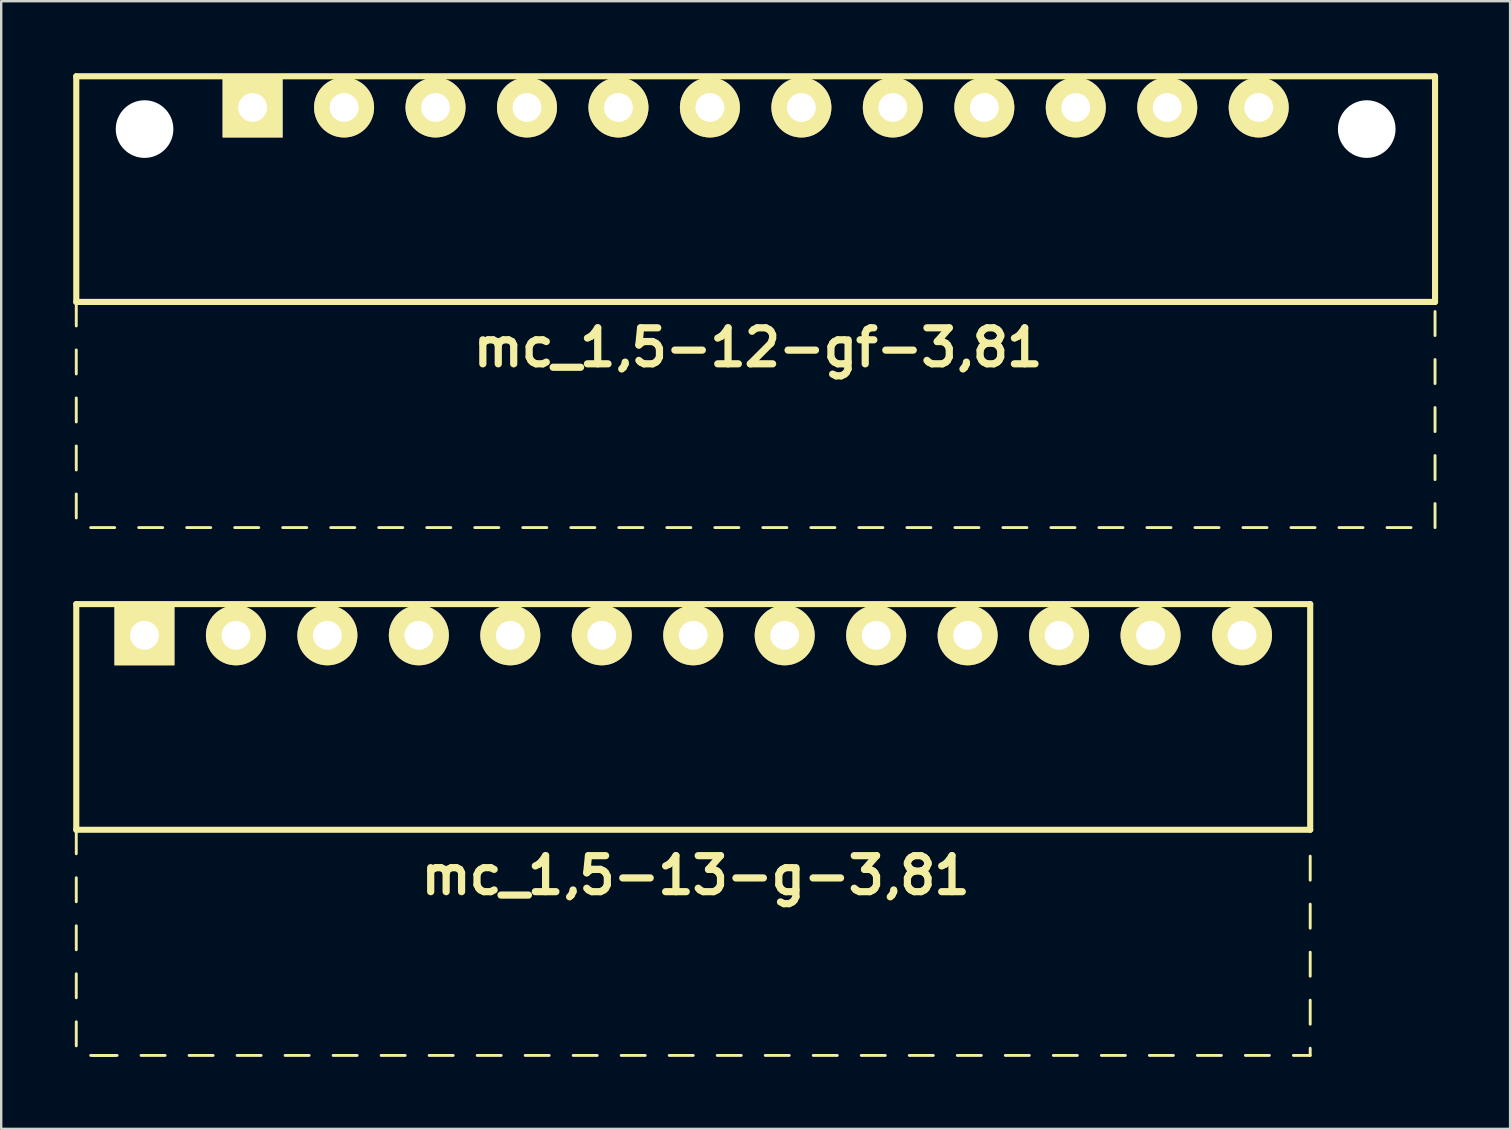
<source format=kicad_pcb>
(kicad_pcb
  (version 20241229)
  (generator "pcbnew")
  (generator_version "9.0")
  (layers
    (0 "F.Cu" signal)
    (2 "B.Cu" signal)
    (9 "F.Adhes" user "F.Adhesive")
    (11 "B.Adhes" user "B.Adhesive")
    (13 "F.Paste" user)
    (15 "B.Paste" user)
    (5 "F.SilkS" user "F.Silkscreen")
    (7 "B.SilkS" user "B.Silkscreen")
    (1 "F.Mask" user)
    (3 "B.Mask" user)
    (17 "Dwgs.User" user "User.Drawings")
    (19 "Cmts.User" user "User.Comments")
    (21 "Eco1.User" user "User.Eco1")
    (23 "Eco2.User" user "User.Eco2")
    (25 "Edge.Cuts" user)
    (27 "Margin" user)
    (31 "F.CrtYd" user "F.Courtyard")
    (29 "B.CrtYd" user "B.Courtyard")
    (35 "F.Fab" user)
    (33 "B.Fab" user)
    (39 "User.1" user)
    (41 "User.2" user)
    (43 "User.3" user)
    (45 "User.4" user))
  (footprint "mc_1,5-12-gf-3,81"
    (layer "F.Cu")
    (at 28.427 1.427)
    (property "Reference" "mc_1,5-12-gf-3,81" (at 0.1 10 0) (layer "F.SilkS") (effects (font (size 1.5 1.5) (thickness 0.3))))
    (attr through_hole)
    (fp_line (start -28.3 -1.3) (end -28.3 8.1) (stroke (width 0.254) (type solid)) (layer "F.SilkS"))
    (fp_line (start -28.3 -1.3) (end 28.3 -1.3) (stroke (width 0.254) (type solid)) (layer "F.SilkS"))
    (fp_line (start -28.3 8.1) (end -28.3 9.1) (stroke (width 0.12) (type solid)) (layer "F.SilkS"))
    (fp_line (start -28.3 8.1) (end 28.3 8.1) (stroke (width 0.254) (type solid)) (layer "F.SilkS"))
    (fp_line (start -28.3 10.1) (end -28.3 11.1) (stroke (width 0.12) (type solid)) (layer "F.SilkS"))
    (fp_line (start -28.3 12.1) (end -28.3 13.1) (stroke (width 0.12) (type solid)) (layer "F.SilkS"))
    (fp_line (start -28.3 14.1) (end -28.3 15.1) (stroke (width 0.12) (type solid)) (layer "F.SilkS"))
    (fp_line (start -28.3 16.1) (end -28.3 17.1) (stroke (width 0.12) (type solid)) (layer "F.SilkS"))
    (fp_line (start -27.7 17.5) (end -26.7 17.5) (stroke (width 0.12) (type solid)) (layer "F.SilkS"))
    (fp_line (start -25.7 17.5) (end -24.7 17.5) (stroke (width 0.12) (type solid)) (layer "F.SilkS"))
    (fp_line (start -23.7 17.5) (end -22.7 17.5) (stroke (width 0.12) (type solid)) (layer "F.SilkS"))
    (fp_line (start -21.7 17.5) (end -20.7 17.5) (stroke (width 0.12) (type solid)) (layer "F.SilkS"))
    (fp_line (start -19.7 17.5) (end -18.7 17.5) (stroke (width 0.12) (type solid)) (layer "F.SilkS"))
    (fp_line (start -17.7 17.5) (end -16.7 17.5) (stroke (width 0.12) (type solid)) (layer "F.SilkS"))
    (fp_line (start -15.7 17.5) (end -14.7 17.5) (stroke (width 0.12) (type solid)) (layer "F.SilkS"))
    (fp_line (start -13.7 17.5) (end -12.7 17.5) (stroke (width 0.12) (type solid)) (layer "F.SilkS"))
    (fp_line (start -11.7 17.5) (end -10.7 17.5) (stroke (width 0.12) (type solid)) (layer "F.SilkS"))
    (fp_line (start -9.7 17.5) (end -8.7 17.5) (stroke (width 0.12) (type solid)) (layer "F.SilkS"))
    (fp_line (start -7.7 17.5) (end -6.7 17.5) (stroke (width 0.12) (type solid)) (layer "F.SilkS"))
    (fp_line (start -5.7 17.5) (end -4.7 17.5) (stroke (width 0.12) (type solid)) (layer "F.SilkS"))
    (fp_line (start -3.7 17.5) (end -2.7 17.5) (stroke (width 0.12) (type solid)) (layer "F.SilkS"))
    (fp_line (start -1.7 17.5) (end -0.7 17.5) (stroke (width 0.12) (type solid)) (layer "F.SilkS"))
    (fp_line (start 0.3 17.5) (end 1.3 17.5) (stroke (width 0.12) (type solid)) (layer "F.SilkS"))
    (fp_line (start 2.3 17.5) (end 3.3 17.5) (stroke (width 0.12) (type solid)) (layer "F.SilkS"))
    (fp_line (start 4.3 17.5) (end 5.3 17.5) (stroke (width 0.12) (type solid)) (layer "F.SilkS"))
    (fp_line (start 6.3 17.5) (end 7.3 17.5) (stroke (width 0.12) (type solid)) (layer "F.SilkS"))
    (fp_line (start 8.3 17.5) (end 9.3 17.5) (stroke (width 0.12) (type solid)) (layer "F.SilkS"))
    (fp_line (start 10.3 17.5) (end 11.3 17.5) (stroke (width 0.12) (type solid)) (layer "F.SilkS"))
    (fp_line (start 12.3 17.5) (end 13.3 17.5) (stroke (width 0.12) (type solid)) (layer "F.SilkS"))
    (fp_line (start 14.3 17.5) (end 15.3 17.5) (stroke (width 0.12) (type solid)) (layer "F.SilkS"))
    (fp_line (start 16.3 17.5) (end 17.3 17.5) (stroke (width 0.12) (type solid)) (layer "F.SilkS"))
    (fp_line (start 18.3 17.5) (end 19.3 17.5) (stroke (width 0.12) (type solid)) (layer "F.SilkS"))
    (fp_line (start 20.3 17.5) (end 21.3 17.5) (stroke (width 0.12) (type solid)) (layer "F.SilkS"))
    (fp_line (start 22.3 17.5) (end 23.3 17.5) (stroke (width 0.12) (type solid)) (layer "F.SilkS"))
    (fp_line (start 24.3 17.5) (end 25.3 17.5) (stroke (width 0.12) (type solid)) (layer "F.SilkS"))
    (fp_line (start 26.3 17.5) (end 27.3 17.5) (stroke (width 0.12) (type solid)) (layer "F.SilkS"))
    (fp_line (start 28.3 -1.3) (end 28.3 8.1) (stroke (width 0.254) (type solid)) (layer "F.SilkS"))
    (fp_line (start 28.3 8.5) (end 28.3 9.5) (stroke (width 0.12) (type solid)) (layer "F.SilkS"))
    (fp_line (start 28.3 10.5) (end 28.3 11.5) (stroke (width 0.12) (type solid)) (layer "F.SilkS"))
    (fp_line (start 28.3 12.5) (end 28.3 13.5) (stroke (width 0.12) (type solid)) (layer "F.SilkS"))
    (fp_line (start 28.3 14.5) (end 28.3 15.5) (stroke (width 0.12) (type solid)) (layer "F.SilkS"))
    (fp_line (start 28.3 16.5) (end 28.3 17.5) (stroke (width 0.12) (type solid)) (layer "F.SilkS"))
    (pad "" np_thru_hole circle (at -25.455 0.9) (size 2.4 2.4) (drill 2.4) (layers "*.Cu" "*.Mask"))
    (pad "" np_thru_hole circle (at 25.455 0.9) (size 2.4 2.4) (drill 2.4) (layers "*.Cu" "*.Mask"))
    (pad "1" thru_hole rect (at -20.955 0) (size 2.5 2.5) (drill 1.2) (layers "*.Cu" "*.Mask" "F.SilkS"))
    (pad "2" thru_hole circle (at -17.145 0) (size 2.5 2.5) (drill 1.2) (layers "*.Cu" "*.Mask" "F.SilkS"))
    (pad "3" thru_hole circle (at -13.335 0) (size 2.5 2.5) (drill 1.2) (layers "*.Cu" "*.Mask" "F.SilkS"))
    (pad "4" thru_hole circle (at -9.525 0) (size 2.5 2.5) (drill 1.2) (layers "*.Cu" "*.Mask" "F.SilkS"))
    (pad "5" thru_hole circle (at -5.715 0) (size 2.5 2.5) (drill 1.2) (layers "*.Cu" "*.Mask" "F.SilkS"))
    (pad "6" thru_hole circle (at -1.905 0) (size 2.5 2.5) (drill 1.2) (layers "*.Cu" "*.Mask" "F.SilkS"))
    (pad "7" thru_hole circle (at 1.905 0) (size 2.5 2.5) (drill 1.2) (layers "*.Cu" "*.Mask" "F.SilkS"))
    (pad "8" thru_hole circle (at 5.715 0) (size 2.5 2.5) (drill 1.2) (layers "*.Cu" "*.Mask" "F.SilkS"))
    (pad "9" thru_hole circle (at 9.525 0) (size 2.5 2.5) (drill 1.2) (layers "*.Cu" "*.Mask" "F.SilkS"))
    (pad "10" thru_hole circle (at 13.335 0) (size 2.5 2.5) (drill 1.2) (layers "*.Cu" "*.Mask" "F.SilkS"))
    (pad "11" thru_hole circle (at 17.145 0) (size 2.5 2.5) (drill 1.2) (layers "*.Cu" "*.Mask" "F.SilkS"))
    (pad "12" thru_hole circle (at 20.955 0) (size 2.5 2.5) (drill 1.2) (layers "*.Cu" "*.Mask" "F.SilkS")))
  (footprint "mc_1,5-13-g-3,81"
    (layer "F.Cu")
    (at 25.827 23.414)
    (property "Reference" "mc_1,5-13-g-3,81" (at 0.1 10 0) (layer "F.SilkS") (effects (font (size 1.5 1.5) (thickness 0.3))))
    (attr through_hole)
    (fp_line (start -25.7 -1.3) (end -25.7 8.1) (stroke (width 0.254) (type solid)) (layer "F.SilkS"))
    (fp_line (start -25.7 -1.3) (end 25.7 -1.3) (stroke (width 0.254) (type solid)) (layer "F.SilkS"))
    (fp_line (start -25.7 8.1) (end -25.7 9.1) (stroke (width 0.12) (type solid)) (layer "F.SilkS"))
    (fp_line (start -25.7 8.1) (end 25.7 8.1) (stroke (width 0.254) (type solid)) (layer "F.SilkS"))
    (fp_line (start -25.7 10.1) (end -25.7 11.1) (stroke (width 0.12) (type solid)) (layer "F.SilkS"))
    (fp_line (start -25.7 12.1) (end -25.7 13.1) (stroke (width 0.12) (type solid)) (layer "F.SilkS"))
    (fp_line (start -25.7 14.1) (end -25.7 15.1) (stroke (width 0.12) (type solid)) (layer "F.SilkS"))
    (fp_line (start -25.7 16.1) (end -25.7 17.1) (stroke (width 0.12) (type solid)) (layer "F.SilkS"))
    (fp_line (start -25.1 17.5) (end -24.1 17.5) (stroke (width 0.12) (type solid)) (layer "F.SilkS"))
    (fp_line (start -25 17.5) (end -24 17.5) (stroke (width 0.12) (type solid)) (layer "F.SilkS"))
    (fp_line (start -23 17.5) (end -22 17.5) (stroke (width 0.12) (type solid)) (layer "F.SilkS"))
    (fp_line (start -21 17.5) (end -20 17.5) (stroke (width 0.12) (type solid)) (layer "F.SilkS"))
    (fp_line (start -19 17.5) (end -18 17.5) (stroke (width 0.12) (type solid)) (layer "F.SilkS"))
    (fp_line (start -17 17.5) (end -16 17.5) (stroke (width 0.12) (type solid)) (layer "F.SilkS"))
    (fp_line (start -15 17.5) (end -14 17.5) (stroke (width 0.12) (type solid)) (layer "F.SilkS"))
    (fp_line (start -13 17.5) (end -12 17.5) (stroke (width 0.12) (type solid)) (layer "F.SilkS"))
    (fp_line (start -11 17.5) (end -10 17.5) (stroke (width 0.12) (type solid)) (layer "F.SilkS"))
    (fp_line (start -9 17.5) (end -8 17.5) (stroke (width 0.12) (type solid)) (layer "F.SilkS"))
    (fp_line (start -7 17.5) (end -6 17.5) (stroke (width 0.12) (type solid)) (layer "F.SilkS"))
    (fp_line (start -5 17.5) (end -4 17.5) (stroke (width 0.12) (type solid)) (layer "F.SilkS"))
    (fp_line (start -3 17.5) (end -2 17.5) (stroke (width 0.12) (type solid)) (layer "F.SilkS"))
    (fp_line (start -1 17.5) (end 0 17.5) (stroke (width 0.12) (type solid)) (layer "F.SilkS"))
    (fp_line (start 1 17.5) (end 2 17.5) (stroke (width 0.12) (type solid)) (layer "F.SilkS"))
    (fp_line (start 3 17.5) (end 4 17.5) (stroke (width 0.12) (type solid)) (layer "F.SilkS"))
    (fp_line (start 5 17.5) (end 6 17.5) (stroke (width 0.12) (type solid)) (layer "F.SilkS"))
    (fp_line (start 7 17.5) (end 8 17.5) (stroke (width 0.12) (type solid)) (layer "F.SilkS"))
    (fp_line (start 9 17.5) (end 10 17.5) (stroke (width 0.12) (type solid)) (layer "F.SilkS"))
    (fp_line (start 11 17.5) (end 12 17.5) (stroke (width 0.12) (type solid)) (layer "F.SilkS"))
    (fp_line (start 13 17.5) (end 14 17.5) (stroke (width 0.12) (type solid)) (layer "F.SilkS"))
    (fp_line (start 15 17.5) (end 16 17.5) (stroke (width 0.12) (type solid)) (layer "F.SilkS"))
    (fp_line (start 17 17.5) (end 18 17.5) (stroke (width 0.12) (type solid)) (layer "F.SilkS"))
    (fp_line (start 19 17.5) (end 20 17.5) (stroke (width 0.12) (type solid)) (layer "F.SilkS"))
    (fp_line (start 21 17.5) (end 22 17.5) (stroke (width 0.12) (type solid)) (layer "F.SilkS"))
    (fp_line (start 23 17.5) (end 24 17.5) (stroke (width 0.12) (type solid)) (layer "F.SilkS"))
    (fp_line (start 25 17.5) (end 25.7 17.5) (stroke (width 0.12) (type solid)) (layer "F.SilkS"))
    (fp_line (start 25.7 -1.3) (end 25.7 8.1) (stroke (width 0.254) (type solid)) (layer "F.SilkS"))
    (fp_line (start 25.7 9.2) (end 25.7 10.2) (stroke (width 0.12) (type solid)) (layer "F.SilkS"))
    (fp_line (start 25.7 11.2) (end 25.7 12.2) (stroke (width 0.12) (type solid)) (layer "F.SilkS"))
    (fp_line (start 25.7 13.2) (end 25.7 14.2) (stroke (width 0.12) (type solid)) (layer "F.SilkS"))
    (fp_line (start 25.7 15.2) (end 25.7 16.2) (stroke (width 0.12) (type solid)) (layer "F.SilkS"))
    (fp_line (start 25.7 17.5) (end 25.7 17.2) (stroke (width 0.12) (type solid)) (layer "F.SilkS"))
    (pad "1" thru_hole rect (at -22.86 0) (size 2.5 2.5) (drill 1.2) (layers "*.Cu" "*.Mask" "F.SilkS"))
    (pad "2" thru_hole circle (at -19.05 0) (size 2.5 2.5) (drill 1.2) (layers "*.Cu" "*.Mask" "F.SilkS"))
    (pad "3" thru_hole circle (at -15.24 0) (size 2.5 2.5) (drill 1.2) (layers "*.Cu" "*.Mask" "F.SilkS"))
    (pad "4" thru_hole circle (at -11.43 0) (size 2.5 2.5) (drill 1.2) (layers "*.Cu" "*.Mask" "F.SilkS"))
    (pad "5" thru_hole circle (at -7.62 0) (size 2.5 2.5) (drill 1.2) (layers "*.Cu" "*.Mask" "F.SilkS"))
    (pad "6" thru_hole circle (at -3.81 0) (size 2.5 2.5) (drill 1.2) (layers "*.Cu" "*.Mask" "F.SilkS"))
    (pad "7" thru_hole circle (at 0 0) (size 2.5 2.5) (drill 1.2) (layers "*.Cu" "*.Mask" "F.SilkS"))
    (pad "8" thru_hole circle (at 3.81 0) (size 2.5 2.5) (drill 1.2) (layers "*.Cu" "*.Mask" "F.SilkS"))
    (pad "9" thru_hole circle (at 7.62 0) (size 2.5 2.5) (drill 1.2) (layers "*.Cu" "*.Mask" "F.SilkS"))
    (pad "10" thru_hole circle (at 11.43 0) (size 2.5 2.5) (drill 1.2) (layers "*.Cu" "*.Mask" "F.SilkS"))
    (pad "11" thru_hole circle (at 15.24 0) (size 2.5 2.5) (drill 1.2) (layers "*.Cu" "*.Mask" "F.SilkS"))
    (pad "12" thru_hole circle (at 19.05 0) (size 2.5 2.5) (drill 1.2) (layers "*.Cu" "*.Mask" "F.SilkS"))
    (pad "13" thru_hole circle (at 22.86 0) (size 2.5 2.5) (drill 1.2) (layers "*.Cu" "*.Mask" "F.SilkS")))
  (gr_rect
    (start -3 -3)
    (end 59.854 43.974)
    (stroke (width 0.1) (type default))
    (fill no)
    (layer "Edge.Cuts")))
</source>
